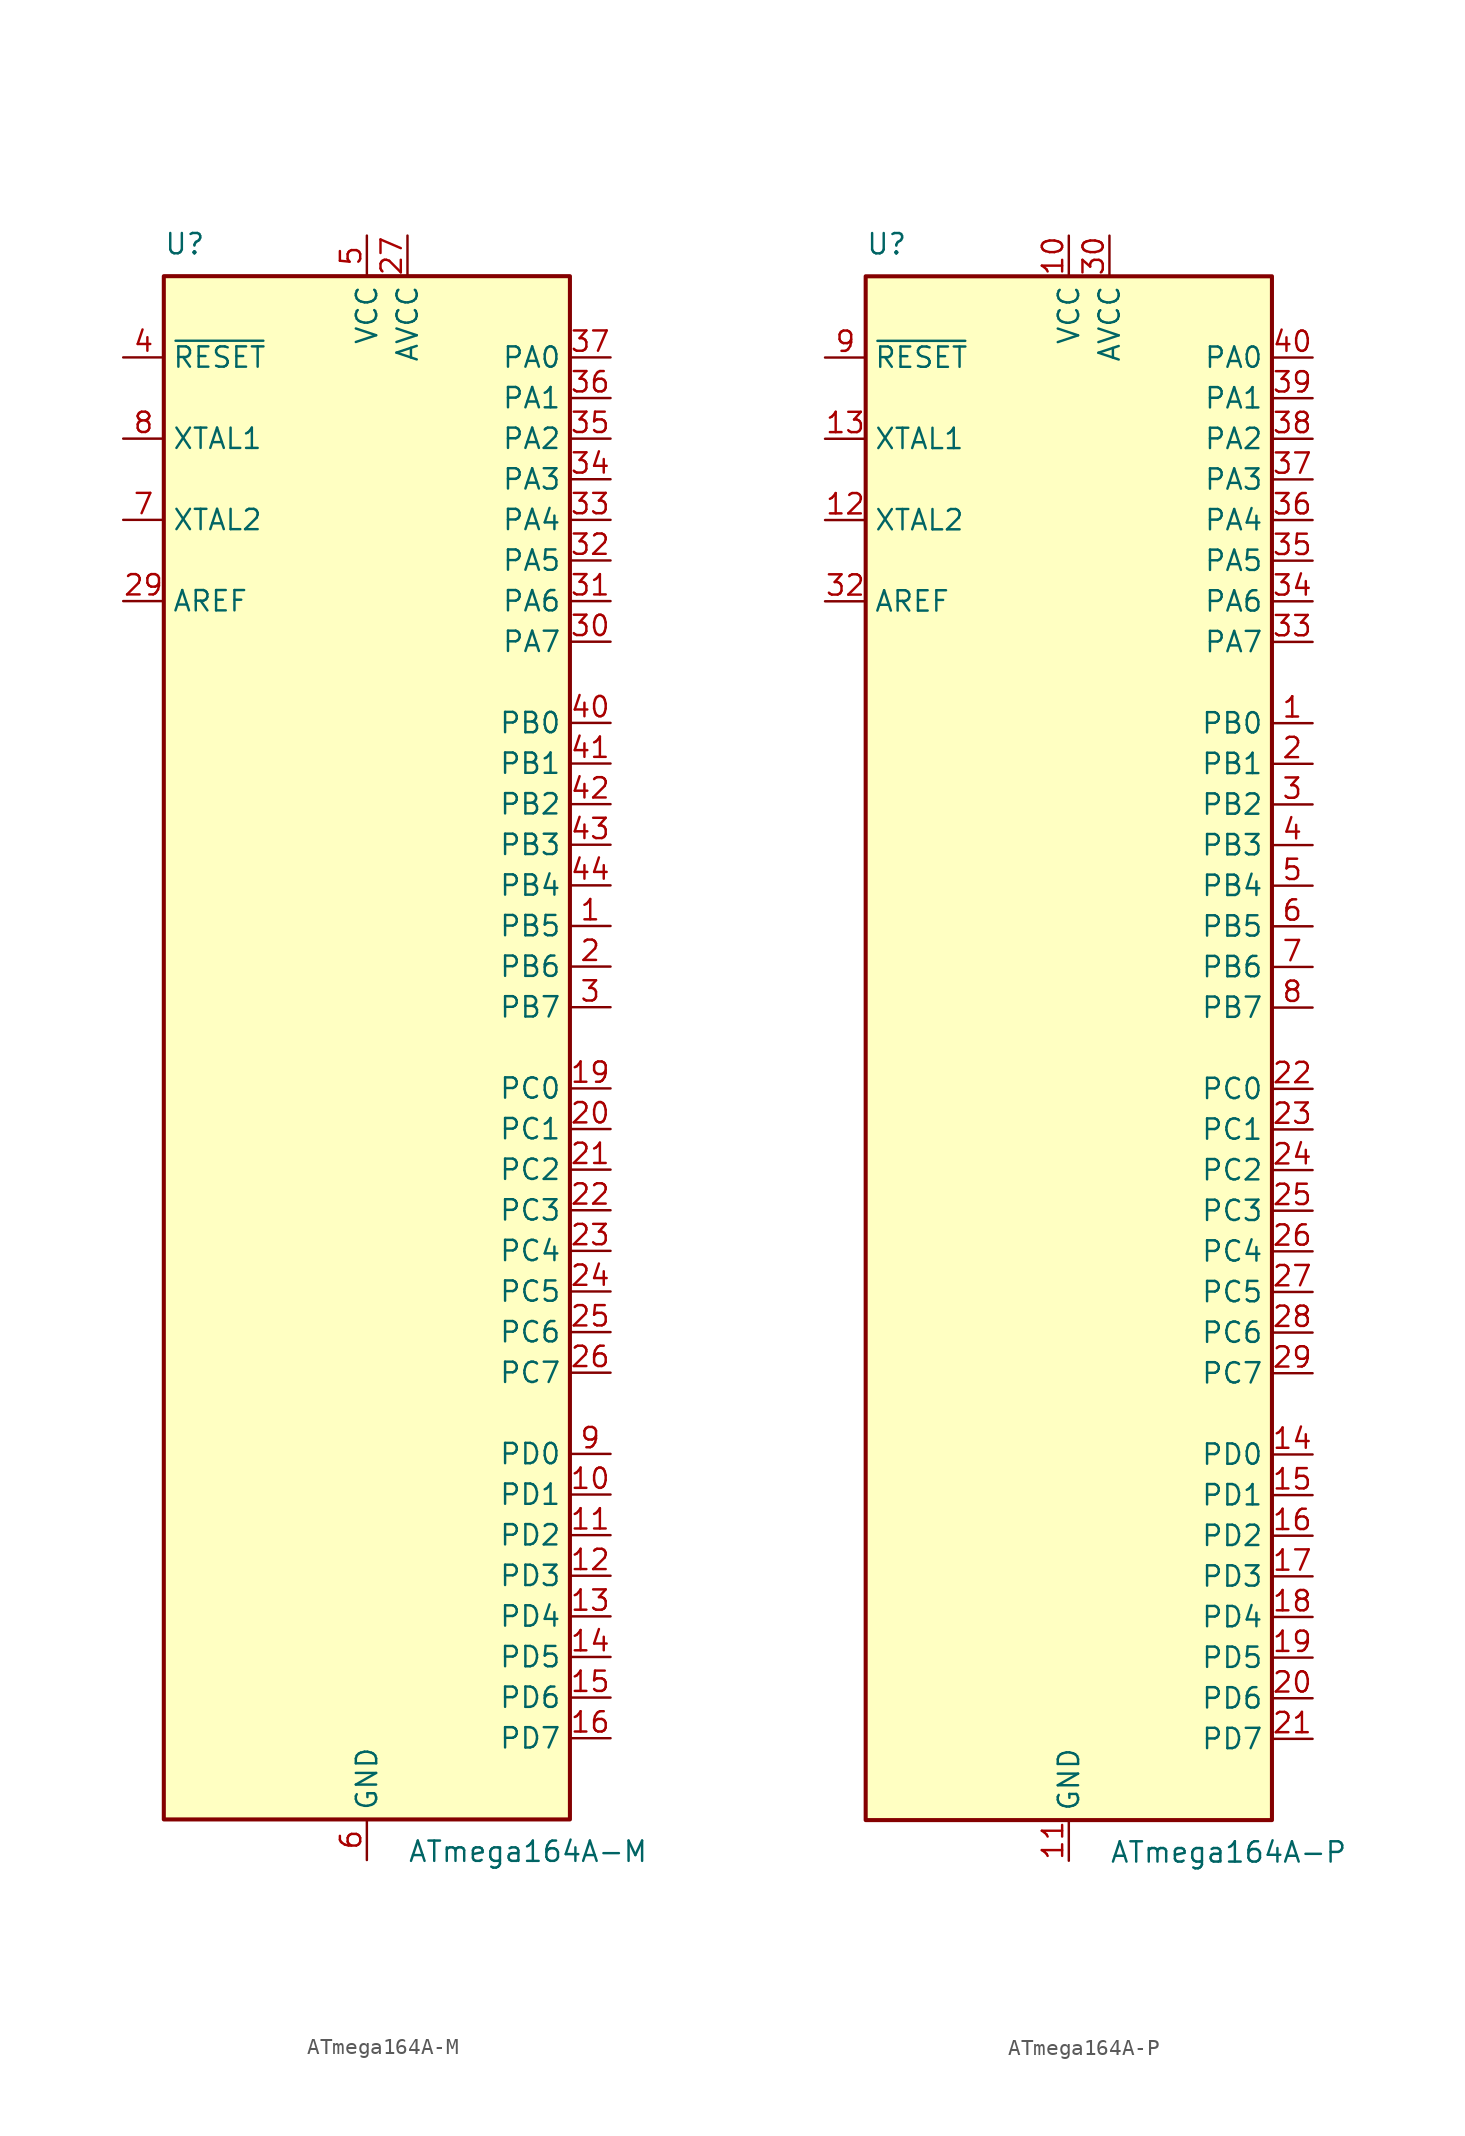
<source format=kicad_sym>
(kicad_symbol_lib
  (version 20231120)
  (generator "kicad_symbol_editor")
  (generator_version "8.0")
  (symbol "ATmega164A-M"
    (property "Reference" "U"
      (at -12.7 49.53 0)
      (effects (font (size 1.27 1.27)) (justify left bottom)))
    (property "Value" "ATmega164A-M"
      (at 2.54 -49.53 0)
      (effects (font (size 1.27 1.27)) (justify left top)))
    (symbol "ATmega164A-M_0_1"
      (rectangle (start -12.7 -48.26) (end 12.7 48.26) (stroke (width 0.254) (type default)) (fill (type background))))
    (symbol "ATmega164A-M_1_1"
      (pin bidirectional line (at 15.24 7.62 180) (length 2.54) (name "PB5" (effects (font (size 1.27 1.27)))) (number "1" (effects (font (size 1.27 1.27)))))
      (pin bidirectional line (at 15.24 -27.94 180) (length 2.54) (name "PD1" (effects (font (size 1.27 1.27)))) (number "10" (effects (font (size 1.27 1.27)))))
      (pin bidirectional line (at 15.24 -30.48 180) (length 2.54) (name "PD2" (effects (font (size 1.27 1.27)))) (number "11" (effects (font (size 1.27 1.27)))))
      (pin bidirectional line (at 15.24 -33.02 180) (length 2.54) (name "PD3" (effects (font (size 1.27 1.27)))) (number "12" (effects (font (size 1.27 1.27)))))
      (pin bidirectional line (at 15.24 -35.56 180) (length 2.54) (name "PD4" (effects (font (size 1.27 1.27)))) (number "13" (effects (font (size 1.27 1.27)))))
      (pin bidirectional line (at 15.24 -38.1 180) (length 2.54) (name "PD5" (effects (font (size 1.27 1.27)))) (number "14" (effects (font (size 1.27 1.27)))))
      (pin bidirectional line (at 15.24 -40.64 180) (length 2.54) (name "PD6" (effects (font (size 1.27 1.27)))) (number "15" (effects (font (size 1.27 1.27)))))
      (pin bidirectional line (at 15.24 -43.18 180) (length 2.54) (name "PD7" (effects (font (size 1.27 1.27)))) (number "16" (effects (font (size 1.27 1.27)))))
      (pin passive line (at 0 50.8 270) (length 2.54) hide (name "VCC" (effects (font (size 1.27 1.27)))) (number "17" (effects (font (size 1.27 1.27)))))
      (pin passive line (at 0 -50.8 90) (length 2.54) hide (name "GND" (effects (font (size 1.27 1.27)))) (number "18" (effects (font (size 1.27 1.27)))))
      (pin bidirectional line (at 15.24 -2.54 180) (length 2.54) (name "PC0" (effects (font (size 1.27 1.27)))) (number "19" (effects (font (size 1.27 1.27)))))
      (pin bidirectional line (at 15.24 5.08 180) (length 2.54) (name "PB6" (effects (font (size 1.27 1.27)))) (number "2" (effects (font (size 1.27 1.27)))))
      (pin bidirectional line (at 15.24 -5.08 180) (length 2.54) (name "PC1" (effects (font (size 1.27 1.27)))) (number "20" (effects (font (size 1.27 1.27)))))
      (pin bidirectional line (at 15.24 -7.62 180) (length 2.54) (name "PC2" (effects (font (size 1.27 1.27)))) (number "21" (effects (font (size 1.27 1.27)))))
      (pin bidirectional line (at 15.24 -10.16 180) (length 2.54) (name "PC3" (effects (font (size 1.27 1.27)))) (number "22" (effects (font (size 1.27 1.27)))))
      (pin bidirectional line (at 15.24 -12.7 180) (length 2.54) (name "PC4" (effects (font (size 1.27 1.27)))) (number "23" (effects (font (size 1.27 1.27)))))
      (pin bidirectional line (at 15.24 -15.24 180) (length 2.54) (name "PC5" (effects (font (size 1.27 1.27)))) (number "24" (effects (font (size 1.27 1.27)))))
      (pin bidirectional line (at 15.24 -17.78 180) (length 2.54) (name "PC6" (effects (font (size 1.27 1.27)))) (number "25" (effects (font (size 1.27 1.27)))))
      (pin bidirectional line (at 15.24 -20.32 180) (length 2.54) (name "PC7" (effects (font (size 1.27 1.27)))) (number "26" (effects (font (size 1.27 1.27)))))
      (pin power_in line (at 2.54 50.8 270) (length 2.54) (name "AVCC" (effects (font (size 1.27 1.27)))) (number "27" (effects (font (size 1.27 1.27)))))
      (pin passive line (at 0 -50.8 90) (length 2.54) hide (name "GND" (effects (font (size 1.27 1.27)))) (number "28" (effects (font (size 1.27 1.27)))))
      (pin passive line (at -15.24 27.94 0) (length 2.54) (name "AREF" (effects (font (size 1.27 1.27)))) (number "29" (effects (font (size 1.27 1.27)))))
      (pin bidirectional line (at 15.24 2.54 180) (length 2.54) (name "PB7" (effects (font (size 1.27 1.27)))) (number "3" (effects (font (size 1.27 1.27)))))
      (pin bidirectional line (at 15.24 25.4 180) (length 2.54) (name "PA7" (effects (font (size 1.27 1.27)))) (number "30" (effects (font (size 1.27 1.27)))))
      (pin bidirectional line (at 15.24 27.94 180) (length 2.54) (name "PA6" (effects (font (size 1.27 1.27)))) (number "31" (effects (font (size 1.27 1.27)))))
      (pin bidirectional line (at 15.24 30.48 180) (length 2.54) (name "PA5" (effects (font (size 1.27 1.27)))) (number "32" (effects (font (size 1.27 1.27)))))
      (pin bidirectional line (at 15.24 33.02 180) (length 2.54) (name "PA4" (effects (font (size 1.27 1.27)))) (number "33" (effects (font (size 1.27 1.27)))))
      (pin bidirectional line (at 15.24 35.56 180) (length 2.54) (name "PA3" (effects (font (size 1.27 1.27)))) (number "34" (effects (font (size 1.27 1.27)))))
      (pin bidirectional line (at 15.24 38.1 180) (length 2.54) (name "PA2" (effects (font (size 1.27 1.27)))) (number "35" (effects (font (size 1.27 1.27)))))
      (pin bidirectional line (at 15.24 40.64 180) (length 2.54) (name "PA1" (effects (font (size 1.27 1.27)))) (number "36" (effects (font (size 1.27 1.27)))))
      (pin bidirectional line (at 15.24 43.18 180) (length 2.54) (name "PA0" (effects (font (size 1.27 1.27)))) (number "37" (effects (font (size 1.27 1.27)))))
      (pin passive line (at 0 50.8 270) (length 2.54) hide (name "VCC" (effects (font (size 1.27 1.27)))) (number "38" (effects (font (size 1.27 1.27)))))
      (pin passive line (at 0 -50.8 90) (length 2.54) hide (name "GND" (effects (font (size 1.27 1.27)))) (number "39" (effects (font (size 1.27 1.27)))))
      (pin input line (at -15.24 43.18 0) (length 2.54) (name "~{RESET}" (effects (font (size 1.27 1.27)))) (number "4" (effects (font (size 1.27 1.27)))))
      (pin bidirectional line (at 15.24 20.32 180) (length 2.54) (name "PB0" (effects (font (size 1.27 1.27)))) (number "40" (effects (font (size 1.27 1.27)))))
      (pin bidirectional line (at 15.24 17.78 180) (length 2.54) (name "PB1" (effects (font (size 1.27 1.27)))) (number "41" (effects (font (size 1.27 1.27)))))
      (pin bidirectional line (at 15.24 15.24 180) (length 2.54) (name "PB2" (effects (font (size 1.27 1.27)))) (number "42" (effects (font (size 1.27 1.27)))))
      (pin bidirectional line (at 15.24 12.7 180) (length 2.54) (name "PB3" (effects (font (size 1.27 1.27)))) (number "43" (effects (font (size 1.27 1.27)))))
      (pin bidirectional line (at 15.24 10.16 180) (length 2.54) (name "PB4" (effects (font (size 1.27 1.27)))) (number "44" (effects (font (size 1.27 1.27)))))
      (pin passive line (at 0 -50.8 90) (length 2.54) hide (name "GND" (effects (font (size 1.27 1.27)))) (number "45" (effects (font (size 1.27 1.27)))))
      (pin power_in line (at 0 50.8 270) (length 2.54) (name "VCC" (effects (font (size 1.27 1.27)))) (number "5" (effects (font (size 1.27 1.27)))))
      (pin power_in line (at 0 -50.8 90) (length 2.54) (name "GND" (effects (font (size 1.27 1.27)))) (number "6" (effects (font (size 1.27 1.27)))))
      (pin output line (at -15.24 33.02 0) (length 2.54) (name "XTAL2" (effects (font (size 1.27 1.27)))) (number "7" (effects (font (size 1.27 1.27)))))
      (pin input line (at -15.24 38.1 0) (length 2.54) (name "XTAL1" (effects (font (size 1.27 1.27)))) (number "8" (effects (font (size 1.27 1.27)))))
      (pin bidirectional line (at 15.24 -25.4 180) (length 2.54) (name "PD0" (effects (font (size 1.27 1.27)))) (number "9" (effects (font (size 1.27 1.27)))))))
  (symbol "ATmega164A-P"
    (property "Reference" "U"
      (at -12.7 49.53 0)
      (effects (font (size 1.27 1.27)) (justify left bottom)))
    (property "Value" "ATmega164A-P"
      (at 2.54 -49.53 0)
      (effects (font (size 1.27 1.27)) (justify left top)))
    (symbol "ATmega164A-P_0_1"
      (rectangle (start -12.7 -48.26) (end 12.7 48.26) (stroke (width 0.254) (type default)) (fill (type background))))
    (symbol "ATmega164A-P_1_1"
      (pin bidirectional line (at 15.24 20.32 180) (length 2.54) (name "PB0" (effects (font (size 1.27 1.27)))) (number "1" (effects (font (size 1.27 1.27)))))
      (pin power_in line (at 0 50.8 270) (length 2.54) (name "VCC" (effects (font (size 1.27 1.27)))) (number "10" (effects (font (size 1.27 1.27)))))
      (pin power_in line (at 0 -50.8 90) (length 2.54) (name "GND" (effects (font (size 1.27 1.27)))) (number "11" (effects (font (size 1.27 1.27)))))
      (pin output line (at -15.24 33.02 0) (length 2.54) (name "XTAL2" (effects (font (size 1.27 1.27)))) (number "12" (effects (font (size 1.27 1.27)))))
      (pin input line (at -15.24 38.1 0) (length 2.54) (name "XTAL1" (effects (font (size 1.27 1.27)))) (number "13" (effects (font (size 1.27 1.27)))))
      (pin bidirectional line (at 15.24 -25.4 180) (length 2.54) (name "PD0" (effects (font (size 1.27 1.27)))) (number "14" (effects (font (size 1.27 1.27)))))
      (pin bidirectional line (at 15.24 -27.94 180) (length 2.54) (name "PD1" (effects (font (size 1.27 1.27)))) (number "15" (effects (font (size 1.27 1.27)))))
      (pin bidirectional line (at 15.24 -30.48 180) (length 2.54) (name "PD2" (effects (font (size 1.27 1.27)))) (number "16" (effects (font (size 1.27 1.27)))))
      (pin bidirectional line (at 15.24 -33.02 180) (length 2.54) (name "PD3" (effects (font (size 1.27 1.27)))) (number "17" (effects (font (size 1.27 1.27)))))
      (pin bidirectional line (at 15.24 -35.56 180) (length 2.54) (name "PD4" (effects (font (size 1.27 1.27)))) (number "18" (effects (font (size 1.27 1.27)))))
      (pin bidirectional line (at 15.24 -38.1 180) (length 2.54) (name "PD5" (effects (font (size 1.27 1.27)))) (number "19" (effects (font (size 1.27 1.27)))))
      (pin bidirectional line (at 15.24 17.78 180) (length 2.54) (name "PB1" (effects (font (size 1.27 1.27)))) (number "2" (effects (font (size 1.27 1.27)))))
      (pin bidirectional line (at 15.24 -40.64 180) (length 2.54) (name "PD6" (effects (font (size 1.27 1.27)))) (number "20" (effects (font (size 1.27 1.27)))))
      (pin bidirectional line (at 15.24 -43.18 180) (length 2.54) (name "PD7" (effects (font (size 1.27 1.27)))) (number "21" (effects (font (size 1.27 1.27)))))
      (pin bidirectional line (at 15.24 -2.54 180) (length 2.54) (name "PC0" (effects (font (size 1.27 1.27)))) (number "22" (effects (font (size 1.27 1.27)))))
      (pin bidirectional line (at 15.24 -5.08 180) (length 2.54) (name "PC1" (effects (font (size 1.27 1.27)))) (number "23" (effects (font (size 1.27 1.27)))))
      (pin bidirectional line (at 15.24 -7.62 180) (length 2.54) (name "PC2" (effects (font (size 1.27 1.27)))) (number "24" (effects (font (size 1.27 1.27)))))
      (pin bidirectional line (at 15.24 -10.16 180) (length 2.54) (name "PC3" (effects (font (size 1.27 1.27)))) (number "25" (effects (font (size 1.27 1.27)))))
      (pin bidirectional line (at 15.24 -12.7 180) (length 2.54) (name "PC4" (effects (font (size 1.27 1.27)))) (number "26" (effects (font (size 1.27 1.27)))))
      (pin bidirectional line (at 15.24 -15.24 180) (length 2.54) (name "PC5" (effects (font (size 1.27 1.27)))) (number "27" (effects (font (size 1.27 1.27)))))
      (pin bidirectional line (at 15.24 -17.78 180) (length 2.54) (name "PC6" (effects (font (size 1.27 1.27)))) (number "28" (effects (font (size 1.27 1.27)))))
      (pin bidirectional line (at 15.24 -20.32 180) (length 2.54) (name "PC7" (effects (font (size 1.27 1.27)))) (number "29" (effects (font (size 1.27 1.27)))))
      (pin bidirectional line (at 15.24 15.24 180) (length 2.54) (name "PB2" (effects (font (size 1.27 1.27)))) (number "3" (effects (font (size 1.27 1.27)))))
      (pin power_in line (at 2.54 50.8 270) (length 2.54) (name "AVCC" (effects (font (size 1.27 1.27)))) (number "30" (effects (font (size 1.27 1.27)))))
      (pin passive line (at 0 -50.8 90) (length 2.54) hide (name "GND" (effects (font (size 1.27 1.27)))) (number "31" (effects (font (size 1.27 1.27)))))
      (pin passive line (at -15.24 27.94 0) (length 2.54) (name "AREF" (effects (font (size 1.27 1.27)))) (number "32" (effects (font (size 1.27 1.27)))))
      (pin bidirectional line (at 15.24 25.4 180) (length 2.54) (name "PA7" (effects (font (size 1.27 1.27)))) (number "33" (effects (font (size 1.27 1.27)))))
      (pin bidirectional line (at 15.24 27.94 180) (length 2.54) (name "PA6" (effects (font (size 1.27 1.27)))) (number "34" (effects (font (size 1.27 1.27)))))
      (pin bidirectional line (at 15.24 30.48 180) (length 2.54) (name "PA5" (effects (font (size 1.27 1.27)))) (number "35" (effects (font (size 1.27 1.27)))))
      (pin bidirectional line (at 15.24 33.02 180) (length 2.54) (name "PA4" (effects (font (size 1.27 1.27)))) (number "36" (effects (font (size 1.27 1.27)))))
      (pin bidirectional line (at 15.24 35.56 180) (length 2.54) (name "PA3" (effects (font (size 1.27 1.27)))) (number "37" (effects (font (size 1.27 1.27)))))
      (pin bidirectional line (at 15.24 38.1 180) (length 2.54) (name "PA2" (effects (font (size 1.27 1.27)))) (number "38" (effects (font (size 1.27 1.27)))))
      (pin bidirectional line (at 15.24 40.64 180) (length 2.54) (name "PA1" (effects (font (size 1.27 1.27)))) (number "39" (effects (font (size 1.27 1.27)))))
      (pin bidirectional line (at 15.24 12.7 180) (length 2.54) (name "PB3" (effects (font (size 1.27 1.27)))) (number "4" (effects (font (size 1.27 1.27)))))
      (pin bidirectional line (at 15.24 43.18 180) (length 2.54) (name "PA0" (effects (font (size 1.27 1.27)))) (number "40" (effects (font (size 1.27 1.27)))))
      (pin bidirectional line (at 15.24 10.16 180) (length 2.54) (name "PB4" (effects (font (size 1.27 1.27)))) (number "5" (effects (font (size 1.27 1.27)))))
      (pin bidirectional line (at 15.24 7.62 180) (length 2.54) (name "PB5" (effects (font (size 1.27 1.27)))) (number "6" (effects (font (size 1.27 1.27)))))
      (pin bidirectional line (at 15.24 5.08 180) (length 2.54) (name "PB6" (effects (font (size 1.27 1.27)))) (number "7" (effects (font (size 1.27 1.27)))))
      (pin bidirectional line (at 15.24 2.54 180) (length 2.54) (name "PB7" (effects (font (size 1.27 1.27)))) (number "8" (effects (font (size 1.27 1.27)))))
      (pin input line (at -15.24 43.18 0) (length 2.54) (name "~{RESET}" (effects (font (size 1.27 1.27)))) (number "9" (effects (font (size 1.27 1.27))))))))
</source>
